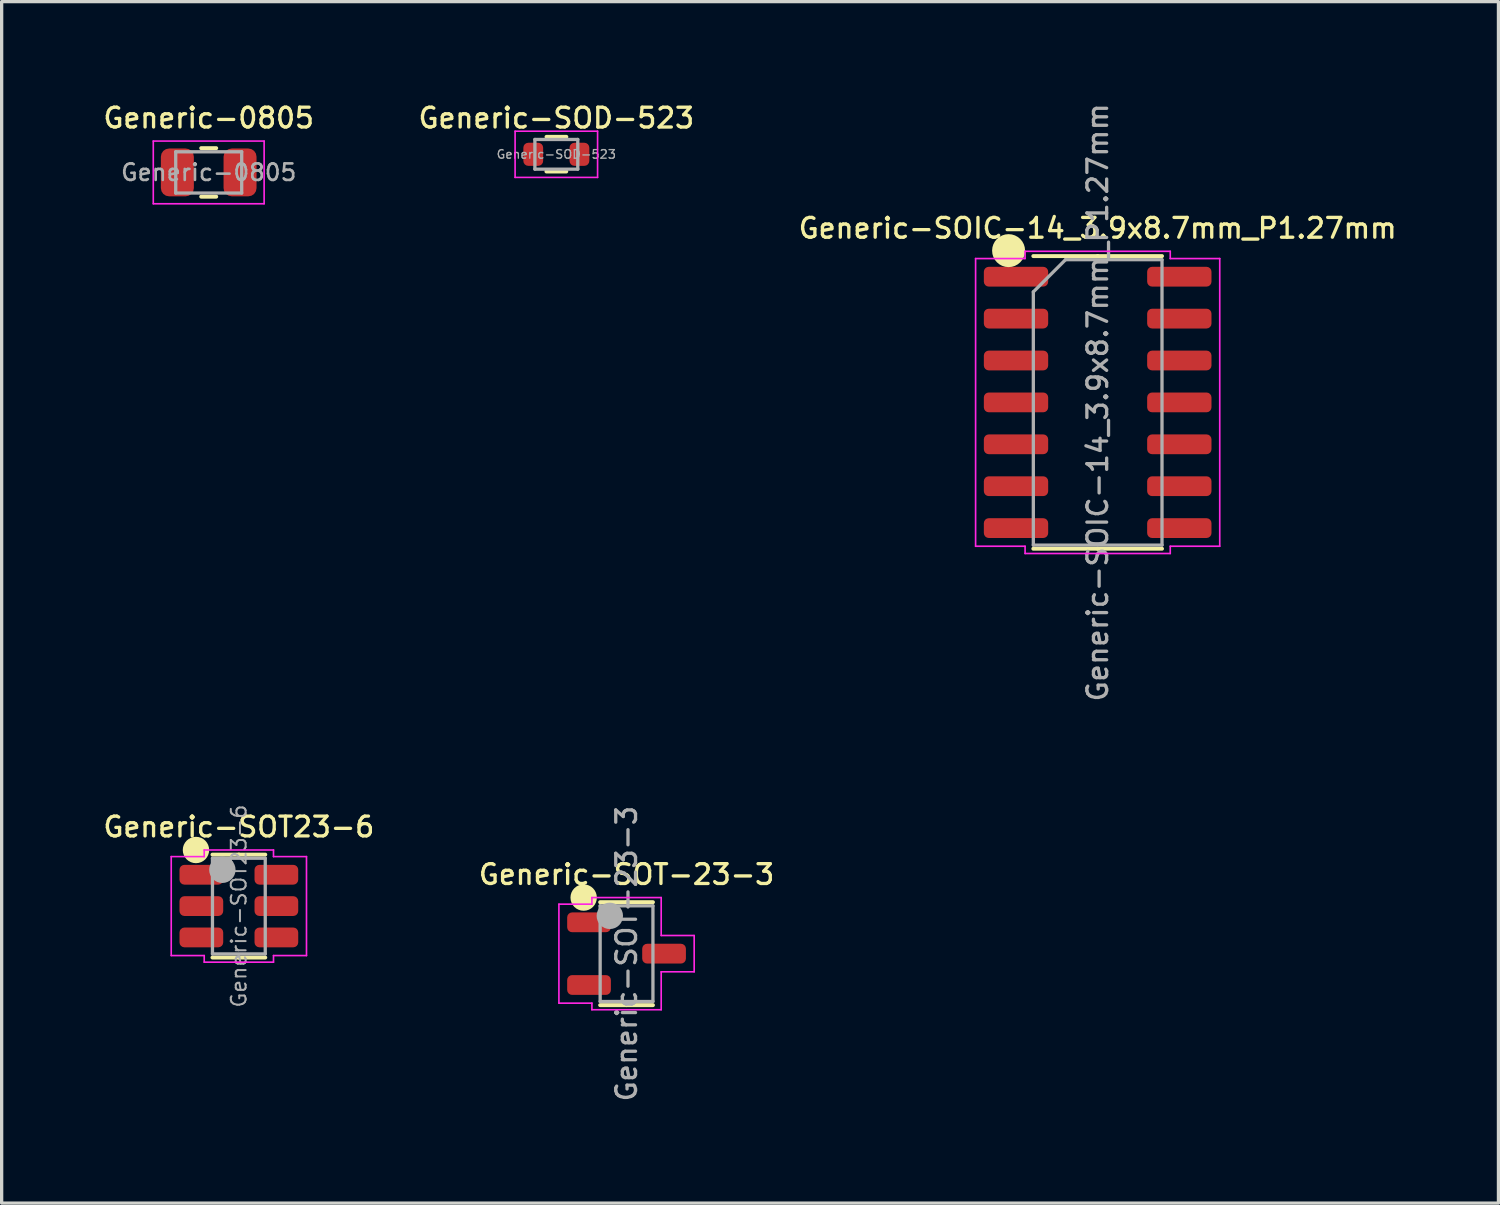
<source format=kicad_pcb>
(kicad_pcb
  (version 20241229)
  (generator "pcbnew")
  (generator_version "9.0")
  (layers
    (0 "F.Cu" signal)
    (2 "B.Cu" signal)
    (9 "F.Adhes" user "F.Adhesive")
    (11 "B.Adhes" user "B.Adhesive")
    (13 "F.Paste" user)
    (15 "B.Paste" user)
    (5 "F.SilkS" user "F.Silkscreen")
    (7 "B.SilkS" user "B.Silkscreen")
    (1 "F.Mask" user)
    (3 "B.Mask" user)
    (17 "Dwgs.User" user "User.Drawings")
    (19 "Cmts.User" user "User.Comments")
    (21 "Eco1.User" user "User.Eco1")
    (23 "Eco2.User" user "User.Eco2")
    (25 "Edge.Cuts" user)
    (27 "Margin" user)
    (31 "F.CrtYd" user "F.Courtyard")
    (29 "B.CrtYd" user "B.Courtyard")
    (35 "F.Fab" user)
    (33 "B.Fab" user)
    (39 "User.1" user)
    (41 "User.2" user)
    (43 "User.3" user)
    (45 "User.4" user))
  (footprint "Generic-SOD-523"
    (layer "F.Cu")
    (at 13.813 1.627)
    (property "Reference" "Generic-SOD-523" (at 0 -1.1 0) (layer "F.SilkS") (effects (font (size 0.6 0.6) (thickness 0.1) (bold yes))))
    (attr smd)
    (fp_line (start 0.3 0.521) (end -0.3 0.521) (stroke (width 0.12) (type solid)) (layer "F.SilkS"))
    (fp_line (start 0.303 -0.529) (end -0.297 -0.529) (stroke (width 0.12) (type solid)) (layer "F.SilkS"))
    (fp_line (start -1.25 -0.7) (end 1.25 -0.7) (stroke (width 0.05) (type solid)) (layer "F.CrtYd"))
    (fp_line (start -1.25 0.7) (end -1.25 -0.7) (stroke (width 0.05) (type solid)) (layer "F.CrtYd"))
    (fp_line (start 1.25 -0.7) (end 1.25 0.7) (stroke (width 0.05) (type solid)) (layer "F.CrtYd"))
    (fp_line (start 1.25 0.7) (end -1.25 0.7) (stroke (width 0.05) (type solid)) (layer "F.CrtYd"))
    (fp_line (start -0.65 -0.45) (end 0.65 -0.45) (stroke (width 0.1) (type solid)) (layer "F.Fab"))
    (fp_line (start -0.65 0.45) (end -0.65 -0.45) (stroke (width 0.1) (type solid)) (layer "F.Fab"))
    (fp_line (start 0.65 -0.45) (end 0.65 0.45) (stroke (width 0.1) (type solid)) (layer "F.Fab"))
    (fp_line (start 0.65 0.45) (end -0.65 0.45) (stroke (width 0.1) (type solid)) (layer "F.Fab"))
    (fp_text user "${REFERENCE}" (at 0 0 0) (layer "F.Fab") (effects (font (size 0.26 0.26) (thickness 0.04))))
    (pad "1" smd roundrect (at -0.7 0 180) (size 0.6 0.7) (layers "F.Cu" "F.Mask" "F.Paste") (roundrect_rratio 0.25))
    (pad "2" smd roundrect (at 0.7 0 180) (size 0.6 0.7) (layers "F.Cu" "F.Mask" "F.Paste") (roundrect_rratio 0.25)))
  (footprint "Generic-SOIC-14_3.9x8.7mm_P1.27mm"
    (layer "F.Cu")
    (at 30.221 9.147)
    (property "Reference" "Generic-SOIC-14_3.9x8.7mm_P1.27mm" (at 0 -5.28 0) (layer "F.SilkS") (effects (font (size 0.6 0.6) (thickness 0.1) (bold yes))))
    (attr smd)
    (fp_line (start 0 -4.435) (end -1.95 -4.435) (stroke (width 0.12) (type solid)) (layer "F.SilkS"))
    (fp_line (start 0 -4.435) (end 1.95 -4.435) (stroke (width 0.12) (type solid)) (layer "F.SilkS"))
    (fp_line (start 0 4.435) (end -1.95 4.435) (stroke (width 0.12) (type solid)) (layer "F.SilkS"))
    (fp_line (start 0 4.435) (end 1.95 4.435) (stroke (width 0.12) (type solid)) (layer "F.SilkS"))
    (fp_circle (center -2.7 -4.6) (end -2.7 -4.6) (stroke (width 0.5) (type solid)) (fill no) (layer "F.SilkS"))
    (fp_line (start -3.7 -4.36) (end -2.2 -4.36) (stroke (width 0.05) (type solid)) (layer "F.CrtYd"))
    (fp_line (start -3.7 4.36) (end -3.7 -4.36) (stroke (width 0.05) (type solid)) (layer "F.CrtYd"))
    (fp_line (start -2.2 -4.58) (end 2.2 -4.58) (stroke (width 0.05) (type solid)) (layer "F.CrtYd"))
    (fp_line (start -2.2 -4.36) (end -2.2 -4.58) (stroke (width 0.05) (type solid)) (layer "F.CrtYd"))
    (fp_line (start -2.2 4.36) (end -3.7 4.36) (stroke (width 0.05) (type solid)) (layer "F.CrtYd"))
    (fp_line (start -2.2 4.58) (end -2.2 4.36) (stroke (width 0.05) (type solid)) (layer "F.CrtYd"))
    (fp_line (start 2.2 -4.58) (end 2.2 -4.36) (stroke (width 0.05) (type solid)) (layer "F.CrtYd"))
    (fp_line (start 2.2 -4.36) (end 3.7 -4.36) (stroke (width 0.05) (type solid)) (layer "F.CrtYd"))
    (fp_line (start 2.2 4.36) (end 2.2 4.58) (stroke (width 0.05) (type solid)) (layer "F.CrtYd"))
    (fp_line (start 2.2 4.58) (end -2.2 4.58) (stroke (width 0.05) (type solid)) (layer "F.CrtYd"))
    (fp_line (start 3.7 -4.36) (end 3.7 4.36) (stroke (width 0.05) (type solid)) (layer "F.CrtYd"))
    (fp_line (start 3.7 4.36) (end 2.2 4.36) (stroke (width 0.05) (type solid)) (layer "F.CrtYd"))
    (fp_line (start -1.95 -3.35) (end -0.975 -4.325) (stroke (width 0.1) (type solid)) (layer "F.Fab"))
    (fp_line (start -1.95 4.325) (end -1.95 -3.35) (stroke (width 0.1) (type solid)) (layer "F.Fab"))
    (fp_line (start -0.975 -4.325) (end 1.95 -4.325) (stroke (width 0.1) (type solid)) (layer "F.Fab"))
    (fp_line (start 1.95 -4.325) (end 1.95 4.325) (stroke (width 0.1) (type solid)) (layer "F.Fab"))
    (fp_line (start 1.95 4.325) (end -1.95 4.325) (stroke (width 0.1) (type solid)) (layer "F.Fab"))
    (fp_text user "${REFERENCE}" (at 0 0 90) (layer "F.Fab") (effects (font (size 0.6 0.6) (thickness 0.1) (bold yes))))
    (pad "1" smd roundrect (at -2.475 -3.81) (size 1.95 0.6) (layers "F.Cu" "F.Mask" "F.Paste") (roundrect_rratio 0.25))
    (pad "2" smd roundrect (at -2.475 -2.54) (size 1.95 0.6) (layers "F.Cu" "F.Mask" "F.Paste") (roundrect_rratio 0.25))
    (pad "3" smd roundrect (at -2.475 -1.27) (size 1.95 0.6) (layers "F.Cu" "F.Mask" "F.Paste") (roundrect_rratio 0.25))
    (pad "4" smd roundrect (at -2.475 0) (size 1.95 0.6) (layers "F.Cu" "F.Mask" "F.Paste") (roundrect_rratio 0.25))
    (pad "5" smd roundrect (at -2.475 1.27) (size 1.95 0.6) (layers "F.Cu" "F.Mask" "F.Paste") (roundrect_rratio 0.25))
    (pad "6" smd roundrect (at -2.475 2.54) (size 1.95 0.6) (layers "F.Cu" "F.Mask" "F.Paste") (roundrect_rratio 0.25))
    (pad "7" smd roundrect (at -2.475 3.81) (size 1.95 0.6) (layers "F.Cu" "F.Mask" "F.Paste") (roundrect_rratio 0.25))
    (pad "8" smd roundrect (at 2.475 3.81) (size 1.95 0.6) (layers "F.Cu" "F.Mask" "F.Paste") (roundrect_rratio 0.25))
    (pad "9" smd roundrect (at 2.475 2.54) (size 1.95 0.6) (layers "F.Cu" "F.Mask" "F.Paste") (roundrect_rratio 0.25))
    (pad "10" smd roundrect (at 2.475 1.27) (size 1.95 0.6) (layers "F.Cu" "F.Mask" "F.Paste") (roundrect_rratio 0.25))
    (pad "11" smd roundrect (at 2.475 0) (size 1.95 0.6) (layers "F.Cu" "F.Mask" "F.Paste") (roundrect_rratio 0.25))
    (pad "12" smd roundrect (at 2.475 -1.27) (size 1.95 0.6) (layers "F.Cu" "F.Mask" "F.Paste") (roundrect_rratio 0.25))
    (pad "13" smd roundrect (at 2.475 -2.54) (size 1.95 0.6) (layers "F.Cu" "F.Mask" "F.Paste") (roundrect_rratio 0.25))
    (pad "14" smd roundrect (at 2.475 -3.81) (size 1.95 0.6) (layers "F.Cu" "F.Mask" "F.Paste") (roundrect_rratio 0.25)))
  (footprint "Generic-0805"
    (layer "F.Cu")
    (at 3.276 2.176)
    (property "Reference" "Generic-0805" (at 0 -1.65 0) (layer "F.SilkS") (effects (font (size 0.6 0.6) (thickness 0.1) (bold yes))))
    (attr smd)
    (fp_line (start -0.227 -0.735) (end 0.227 -0.735) (stroke (width 0.12) (type solid)) (layer "F.SilkS"))
    (fp_line (start -0.227 0.735) (end 0.227 0.735) (stroke (width 0.12) (type solid)) (layer "F.SilkS"))
    (fp_line (start -1.68 -0.95) (end 1.68 -0.95) (stroke (width 0.05) (type solid)) (layer "F.CrtYd"))
    (fp_line (start -1.68 0.95) (end -1.68 -0.95) (stroke (width 0.05) (type solid)) (layer "F.CrtYd"))
    (fp_line (start 1.68 -0.95) (end 1.68 0.95) (stroke (width 0.05) (type solid)) (layer "F.CrtYd"))
    (fp_line (start 1.68 0.95) (end -1.68 0.95) (stroke (width 0.05) (type solid)) (layer "F.CrtYd"))
    (fp_line (start -1 -0.625) (end 1 -0.625) (stroke (width 0.1) (type solid)) (layer "F.Fab"))
    (fp_line (start -1 0.625) (end -1 -0.625) (stroke (width 0.1) (type solid)) (layer "F.Fab"))
    (fp_line (start 1 -0.625) (end 1 0.625) (stroke (width 0.1) (type solid)) (layer "F.Fab"))
    (fp_line (start 1 0.625) (end -1 0.625) (stroke (width 0.1) (type solid)) (layer "F.Fab"))
    (fp_text user "${REFERENCE}" (at 0 0 0) (layer "F.Fab") (effects (font (size 0.5 0.5) (thickness 0.08))))
    (pad "1" smd roundrect (at -0.95 0) (size 1 1.45) (layers "F.Cu" "F.Mask" "F.Paste") (roundrect_rratio 0.25))
    (pad "2" smd roundrect (at 0.95 0) (size 1 1.45) (layers "F.Cu" "F.Mask" "F.Paste") (roundrect_rratio 0.25)))
  (footprint "Generic-SOT-23-3"
    (layer "F.Cu")
    (at 15.941 25.856)
    (property "Reference" "Generic-SOT-23-3" (at 0 -2.4 0) (layer "F.SilkS") (effects (font (size 0.6 0.6) (thickness 0.1) (bold yes))))
    (attr smd)
    (fp_line (start 0 -1.56) (end -0.8 -1.56) (stroke (width 0.12) (type solid)) (layer "F.SilkS"))
    (fp_line (start 0 -1.56) (end 0.8 -1.56) (stroke (width 0.12) (type solid)) (layer "F.SilkS"))
    (fp_line (start 0 1.56) (end -0.8 1.56) (stroke (width 0.12) (type solid)) (layer "F.SilkS"))
    (fp_line (start 0 1.56) (end 0.8 1.56) (stroke (width 0.12) (type solid)) (layer "F.SilkS"))
    (fp_circle (center -1.3 -1.7) (end -1.3 -1.7) (stroke (width 0.4) (type solid)) (fill no) (layer "F.SilkS"))
    (fp_line (start -2.05 -1.5) (end -1.05 -1.5) (stroke (width 0.05) (type solid)) (layer "F.CrtYd"))
    (fp_line (start -2.05 1.5) (end -2.05 -1.5) (stroke (width 0.05) (type solid)) (layer "F.CrtYd"))
    (fp_line (start -1.05 -1.7) (end 1.05 -1.7) (stroke (width 0.05) (type solid)) (layer "F.CrtYd"))
    (fp_line (start -1.05 -1.5) (end -1.05 -1.7) (stroke (width 0.05) (type solid)) (layer "F.CrtYd"))
    (fp_line (start -1.05 1.5) (end -2.05 1.5) (stroke (width 0.05) (type solid)) (layer "F.CrtYd"))
    (fp_line (start -1.05 1.7) (end -1.05 1.5) (stroke (width 0.05) (type solid)) (layer "F.CrtYd"))
    (fp_line (start 1.05 -1.7) (end 1.05 -0.55) (stroke (width 0.05) (type solid)) (layer "F.CrtYd"))
    (fp_line (start 1.05 -0.55) (end 2.05 -0.55) (stroke (width 0.05) (type solid)) (layer "F.CrtYd"))
    (fp_line (start 1.05 0.55) (end 1.05 1.7) (stroke (width 0.05) (type solid)) (layer "F.CrtYd"))
    (fp_line (start 1.05 1.7) (end -1.05 1.7) (stroke (width 0.05) (type solid)) (layer "F.CrtYd"))
    (fp_line (start 2.05 -0.55) (end 2.05 0.55) (stroke (width 0.05) (type solid)) (layer "F.CrtYd"))
    (fp_line (start 2.05 0.55) (end 1.05 0.55) (stroke (width 0.05) (type solid)) (layer "F.CrtYd"))
    (fp_line (start -0.8 -1.45) (end 0.8 -1.45) (stroke (width 0.1) (type solid)) (layer "F.Fab"))
    (fp_line (start -0.8 1.45) (end -0.8 -1.45) (stroke (width 0.1) (type solid)) (layer "F.Fab"))
    (fp_line (start 0.8 -1.45) (end 0.8 1.45) (stroke (width 0.1) (type solid)) (layer "F.Fab"))
    (fp_line (start 0.8 1.45) (end -0.8 1.45) (stroke (width 0.1) (type solid)) (layer "F.Fab"))
    (fp_circle (center -0.507 -1.146) (end -0.507 -1.146) (stroke (width 0.4) (type solid)) (fill no) (layer "F.Fab"))
    (fp_text user "${REFERENCE}" (at 0 0 90) (layer "F.Fab") (effects (font (size 0.6 0.6) (thickness 0.1) (bold yes))))
    (pad "1" smd roundrect (at -1.137 -0.95) (size 1.325 0.6) (layers "F.Cu" "F.Mask" "F.Paste") (roundrect_rratio 0.25))
    (pad "2" smd roundrect (at -1.137 0.95) (size 1.325 0.6) (layers "F.Cu" "F.Mask" "F.Paste") (roundrect_rratio 0.25))
    (pad "3" smd roundrect (at 1.137 0) (size 1.325 0.6) (layers "F.Cu" "F.Mask" "F.Paste") (roundrect_rratio 0.25)))
  (footprint "Generic-SOT23-6"
    (layer "F.Cu")
    (at 4.19 24.414)
    (property "Reference" "Generic-SOT23-6" (at 0 -2.4 0) (layer "F.SilkS") (effects (font (size 0.6 0.6) (thickness 0.1) (bold yes))))
    (attr smd)
    (fp_line (start 0 -1.56) (end -0.8 -1.56) (stroke (width 0.12) (type solid)) (layer "F.SilkS"))
    (fp_line (start 0 -1.56) (end 0.8 -1.56) (stroke (width 0.12) (type solid)) (layer "F.SilkS"))
    (fp_line (start 0 1.56) (end -0.8 1.56) (stroke (width 0.12) (type solid)) (layer "F.SilkS"))
    (fp_line (start 0 1.56) (end 0.8 1.56) (stroke (width 0.12) (type solid)) (layer "F.SilkS"))
    (fp_circle (center -1.3 -1.7) (end -1.3 -1.7) (stroke (width 0.4) (type solid)) (fill no) (layer "F.SilkS"))
    (fp_line (start -2.05 -1.5) (end -1.05 -1.5) (stroke (width 0.05) (type solid)) (layer "F.CrtYd"))
    (fp_line (start -2.05 1.5) (end -2.05 -1.5) (stroke (width 0.05) (type solid)) (layer "F.CrtYd"))
    (fp_line (start -1.05 -1.7) (end 1.05 -1.7) (stroke (width 0.05) (type solid)) (layer "F.CrtYd"))
    (fp_line (start -1.05 -1.5) (end -1.05 -1.7) (stroke (width 0.05) (type solid)) (layer "F.CrtYd"))
    (fp_line (start -1.05 1.5) (end -2.05 1.5) (stroke (width 0.05) (type solid)) (layer "F.CrtYd"))
    (fp_line (start -1.05 1.7) (end -1.05 1.5) (stroke (width 0.05) (type solid)) (layer "F.CrtYd"))
    (fp_line (start 1.05 -1.7) (end 1.05 -1.5) (stroke (width 0.05) (type solid)) (layer "F.CrtYd"))
    (fp_line (start 1.05 -1.5) (end 2.05 -1.5) (stroke (width 0.05) (type solid)) (layer "F.CrtYd"))
    (fp_line (start 1.05 1.5) (end 1.05 1.7) (stroke (width 0.05) (type solid)) (layer "F.CrtYd"))
    (fp_line (start 1.05 1.7) (end -1.05 1.7) (stroke (width 0.05) (type solid)) (layer "F.CrtYd"))
    (fp_line (start 2.05 -1.5) (end 2.05 1.5) (stroke (width 0.05) (type solid)) (layer "F.CrtYd"))
    (fp_line (start 2.05 1.5) (end 1.05 1.5) (stroke (width 0.05) (type solid)) (layer "F.CrtYd"))
    (fp_line (start -0.8 -1.45) (end 0.8 -1.45) (stroke (width 0.1) (type solid)) (layer "F.Fab"))
    (fp_line (start -0.8 1.45) (end -0.8 -1.45) (stroke (width 0.1) (type solid)) (layer "F.Fab"))
    (fp_line (start 0.8 -1.45) (end 0.8 1.45) (stroke (width 0.1) (type solid)) (layer "F.Fab"))
    (fp_line (start 0.8 1.45) (end -0.8 1.45) (stroke (width 0.1) (type solid)) (layer "F.Fab"))
    (fp_circle (center -0.5 -1.1) (end -0.5 -1.1) (stroke (width 0.4) (type solid)) (fill no) (layer "F.Fab"))
    (fp_text user "${REFERENCE}" (at 0 0 90) (layer "F.Fab") (effects (font (size 0.45 0.45) (thickness 0.06) (bold yes))))
    (pad "1" smd roundrect (at -1.137 -0.95) (size 1.325 0.6) (layers "F.Cu" "F.Mask" "F.Paste") (roundrect_rratio 0.25))
    (pad "2" smd roundrect (at -1.137 0) (size 1.325 0.6) (layers "F.Cu" "F.Mask" "F.Paste") (roundrect_rratio 0.25))
    (pad "3" smd roundrect (at -1.137 0.95) (size 1.325 0.6) (layers "F.Cu" "F.Mask" "F.Paste") (roundrect_rratio 0.25))
    (pad "4" smd roundrect (at 1.137 0.95) (size 1.325 0.6) (layers "F.Cu" "F.Mask" "F.Paste") (roundrect_rratio 0.25))
    (pad "5" smd roundrect (at 1.137 0) (size 1.325 0.6) (layers "F.Cu" "F.Mask" "F.Paste") (roundrect_rratio 0.25))
    (pad "6" smd roundrect (at 1.137 -0.95) (size 1.325 0.6) (layers "F.Cu" "F.Mask" "F.Paste") (roundrect_rratio 0.25)))
  (gr_rect
    (start -3 -3)
    (end 42.369 33.417)
    (stroke (width 0.1) (type default))
    (fill no)
    (layer "Edge.Cuts")))
</source>
